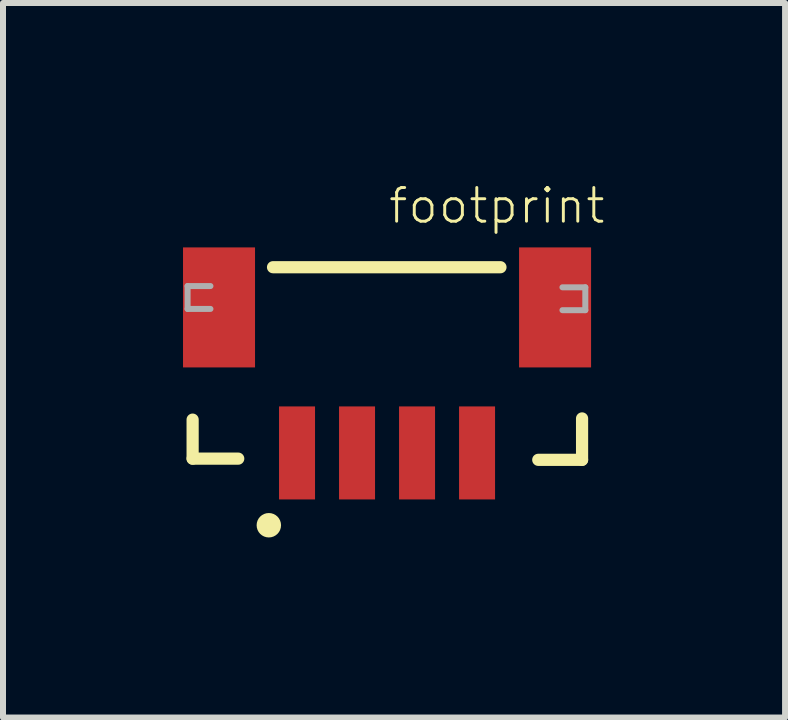
<source format=kicad_pcb>
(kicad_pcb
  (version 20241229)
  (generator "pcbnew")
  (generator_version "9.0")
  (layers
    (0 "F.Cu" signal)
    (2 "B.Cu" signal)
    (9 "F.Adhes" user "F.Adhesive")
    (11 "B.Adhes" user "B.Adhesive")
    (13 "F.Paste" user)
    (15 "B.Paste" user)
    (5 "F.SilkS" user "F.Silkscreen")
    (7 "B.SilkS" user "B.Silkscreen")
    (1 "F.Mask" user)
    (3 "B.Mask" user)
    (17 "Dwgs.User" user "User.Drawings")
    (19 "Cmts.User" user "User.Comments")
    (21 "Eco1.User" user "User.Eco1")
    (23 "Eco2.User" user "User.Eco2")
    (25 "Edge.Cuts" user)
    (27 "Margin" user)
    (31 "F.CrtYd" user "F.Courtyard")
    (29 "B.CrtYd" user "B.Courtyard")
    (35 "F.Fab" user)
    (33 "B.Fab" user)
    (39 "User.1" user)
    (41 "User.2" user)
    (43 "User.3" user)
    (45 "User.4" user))
  (footprint "footprint"
    (layer "F.Cu")
    (at 3.378 5.273)
    (property "Reference" "footprint" (at 0.016 -4.566 0) (layer "F.SilkS") (effects (font (size 0.561 0.561) (thickness 0.049)) (justify left bottom)))
    (fp_line (start -3.218 -1.33) (end -3.218 -0.68) (stroke (width 0.203) (type solid)) (layer "F.SilkS"))
    (fp_line (start -3.218 -0.68) (end -2.458 -0.68) (stroke (width 0.203) (type solid)) (layer "F.SilkS"))
    (fp_line (start 1.912 -3.87) (end -1.878 -3.87) (stroke (width 0.203) (type solid)) (layer "F.SilkS"))
    (fp_line (start 3.272 -1.35) (end 3.272 -0.66) (stroke (width 0.203) (type solid)) (layer "F.SilkS"))
    (fp_line (start 3.272 -0.66) (end 2.542 -0.66) (stroke (width 0.203) (type solid)) (layer "F.SilkS"))
    (fp_circle (center -1.948 0.43) (end -1.846 0.43) (stroke (width 0.203) (type solid)) (fill yes) (layer "F.SilkS"))
    (fp_line (start -3.302 -3.556) (end -3.302 -3.175) (stroke (width 0.1) (type solid)) (layer "F.Fab"))
    (fp_line (start -3.302 -3.175) (end -2.921 -3.175) (stroke (width 0.1) (type solid)) (layer "F.Fab"))
    (fp_line (start -2.921 -3.556) (end -3.302 -3.556) (stroke (width 0.1) (type solid)) (layer "F.Fab"))
    (fp_line (start 2.945 -3.154) (end 3.326 -3.154) (stroke (width 0.1) (type solid)) (layer "F.Fab"))
    (fp_line (start 3.326 -3.535) (end 2.945 -3.535) (stroke (width 0.1) (type solid)) (layer "F.Fab"))
    (fp_line (start 3.326 -3.154) (end 3.326 -3.535) (stroke (width 0.1) (type solid)) (layer "F.Fab"))
    (pad "1" smd rect (at -1.478 -0.775) (size 0.6 1.55) (layers "F.Cu" "F.Mask" "F.Paste"))
    (pad "2" smd rect (at -0.478 -0.775) (size 0.6 1.55) (layers "F.Cu" "F.Mask" "F.Paste"))
    (pad "3" smd rect (at 0.522 -0.775) (size 0.6 1.55) (layers "F.Cu" "F.Mask" "F.Paste"))
    (pad "4" smd rect (at 1.522 -0.775) (size 0.6 1.55) (layers "F.Cu" "F.Mask" "F.Paste"))
    (pad "NC1" smd rect (at -2.778 -3.2) (size 1.2 2) (layers "F.Cu" "F.Mask" "F.Paste"))
    (pad "NC2" smd rect (at 2.822 -3.2) (size 1.2 2) (layers "F.Cu" "F.Mask" "F.Paste")))
  (gr_rect
    (start -3 -3)
    (end 10.033 8.907)
    (stroke (width 0.1) (type default))
    (fill no)
    (layer "Edge.Cuts")))
</source>
